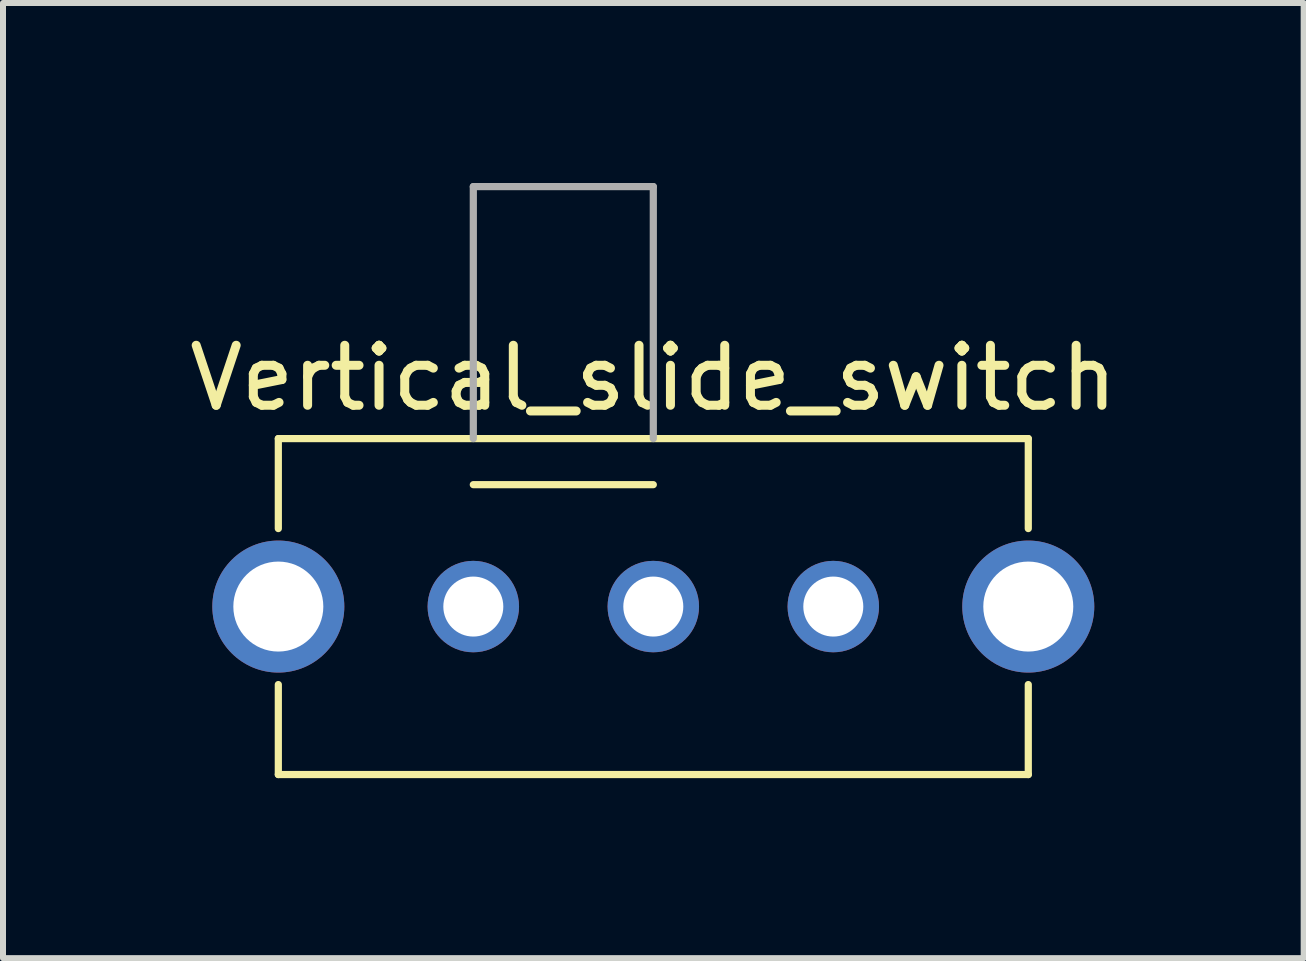
<source format=kicad_pcb>
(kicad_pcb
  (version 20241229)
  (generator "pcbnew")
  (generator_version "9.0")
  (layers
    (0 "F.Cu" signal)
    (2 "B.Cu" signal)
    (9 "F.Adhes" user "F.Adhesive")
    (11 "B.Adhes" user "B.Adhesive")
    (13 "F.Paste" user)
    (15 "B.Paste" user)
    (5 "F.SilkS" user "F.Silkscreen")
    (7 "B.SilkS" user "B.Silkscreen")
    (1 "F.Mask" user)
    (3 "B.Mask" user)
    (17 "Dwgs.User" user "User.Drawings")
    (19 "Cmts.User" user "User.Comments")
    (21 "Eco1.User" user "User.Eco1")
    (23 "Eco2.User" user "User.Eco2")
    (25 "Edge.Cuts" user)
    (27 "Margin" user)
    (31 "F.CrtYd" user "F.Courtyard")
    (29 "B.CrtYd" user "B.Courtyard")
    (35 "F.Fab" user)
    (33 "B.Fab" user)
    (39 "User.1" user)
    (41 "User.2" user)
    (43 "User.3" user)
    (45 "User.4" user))
  (footprint "Vertical_slide_switch"
    (layer "F.Cu")
    (at 7.839 7.06)
    (property "Reference" "Vertical_slide_switch" (at 0 -3.81 0) (layer "F.SilkS") (effects (font (size 1 1) (thickness 0.15))))
    (attr through_hole)
    (fp_line (start -6.25 -2.8) (end -6.25 -1.3) (stroke (width 0.12) (type solid)) (layer "F.SilkS"))
    (fp_line (start -6.25 -2.8) (end 6.25 -2.8) (stroke (width 0.12) (type solid)) (layer "F.SilkS"))
    (fp_line (start -6.25 1.3) (end -6.25 2.8) (stroke (width 0.12) (type solid)) (layer "F.SilkS"))
    (fp_line (start -6.25 2.8) (end 6.25 2.8) (stroke (width 0.12) (type solid)) (layer "F.SilkS"))
    (fp_line (start 0 -2.032) (end -3 -2.032) (stroke (width 0.12) (type solid)) (layer "F.SilkS"))
    (fp_line (start 6.25 -2.8) (end 6.25 -1.3) (stroke (width 0.12) (type solid)) (layer "F.SilkS"))
    (fp_line (start 6.25 1.3) (end 6.25 2.8) (stroke (width 0.12) (type solid)) (layer "F.SilkS"))
    (fp_line (start -3 -7) (end 0 -7) (stroke (width 0.12) (type solid)) (layer "F.Fab"))
    (fp_line (start -3 -2.8) (end -3 -7) (stroke (width 0.12) (type solid)) (layer "F.Fab"))
    (fp_line (start 0 -2.8) (end 0 -7) (stroke (width 0.12) (type solid)) (layer "F.Fab"))
    (pad "1" thru_hole circle (at -3 0) (size 1.524 1.524) (drill 1) (layers "*.Cu" "*.Mask"))
    (pad "2" thru_hole circle (at 0 0) (size 1.524 1.524) (drill 1) (layers "*.Cu" "*.Mask"))
    (pad "3" thru_hole circle (at 3 0) (size 1.524 1.524) (drill 1) (layers "*.Cu" "*.Mask"))
    (pad "4" thru_hole circle (at 6.25 0) (size 2.2 2.2) (drill 1.5) (layers "*.Cu" "*.Mask"))
    (pad "5" thru_hole circle (at -6.25 0) (size 2.2 2.2) (drill 1.5) (layers "*.Cu" "*.Mask")))
  (gr_rect
    (start -3 -3)
    (end 18.679 12.92)
    (stroke (width 0.1) (type default))
    (fill no)
    (layer "Edge.Cuts")))
</source>
